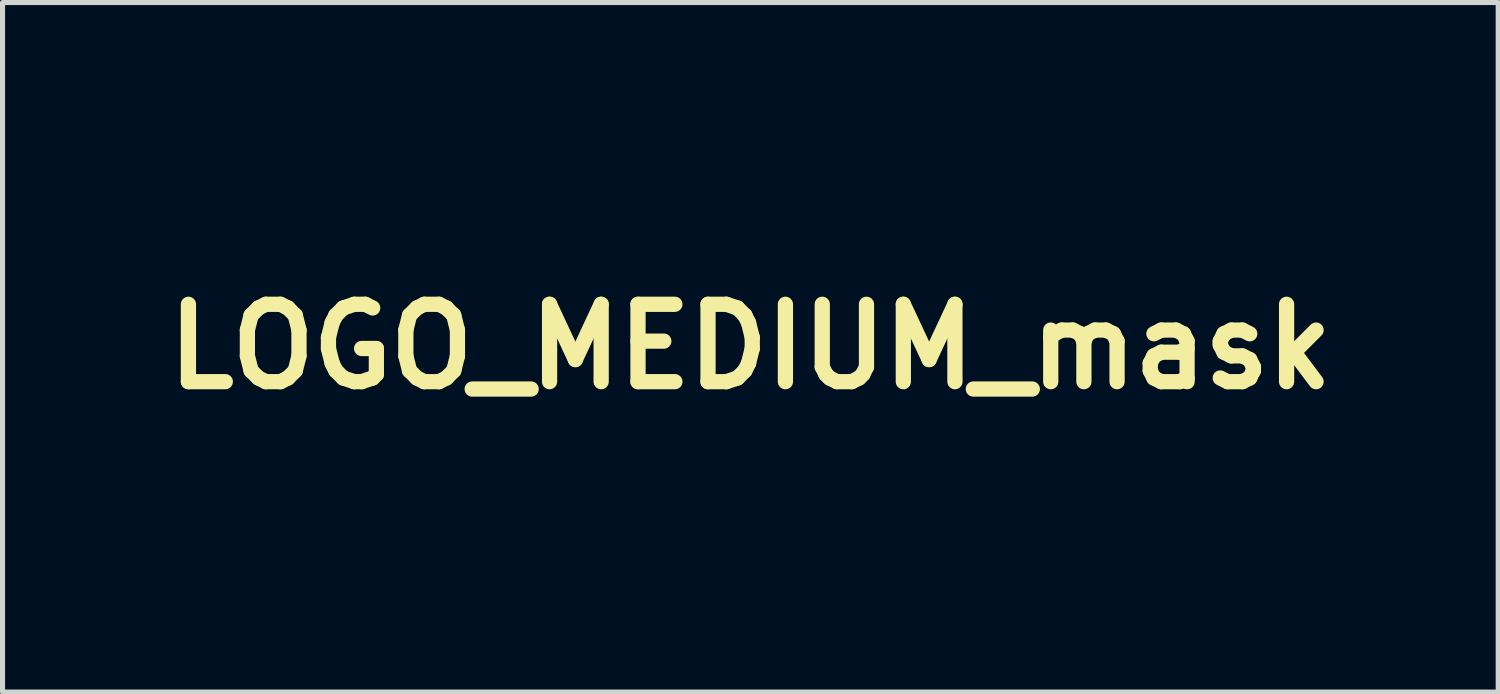
<source format=kicad_pcb>
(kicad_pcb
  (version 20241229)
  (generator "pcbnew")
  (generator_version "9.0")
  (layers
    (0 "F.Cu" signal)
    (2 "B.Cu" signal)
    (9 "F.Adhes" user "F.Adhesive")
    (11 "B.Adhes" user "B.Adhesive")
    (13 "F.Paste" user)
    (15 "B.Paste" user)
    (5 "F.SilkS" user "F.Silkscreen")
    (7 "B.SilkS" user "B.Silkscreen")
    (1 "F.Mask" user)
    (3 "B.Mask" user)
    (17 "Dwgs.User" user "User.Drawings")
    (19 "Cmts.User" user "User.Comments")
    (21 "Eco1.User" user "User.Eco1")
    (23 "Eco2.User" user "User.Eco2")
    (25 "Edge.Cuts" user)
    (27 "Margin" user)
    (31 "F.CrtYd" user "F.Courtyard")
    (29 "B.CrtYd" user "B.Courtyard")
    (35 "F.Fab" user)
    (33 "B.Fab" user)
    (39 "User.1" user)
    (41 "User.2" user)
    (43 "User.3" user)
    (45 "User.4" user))
  (footprint "LOGO_MEDIUM_mask"
    (layer "F.Cu")
    (at 11.728 3.777)
    (property "Reference" "LOGO_MEDIUM_mask" (at 0 0 0) (layer "F.SilkS") (effects (font (size 1.524 1.524) (thickness 0.3))))
    (attr through_hole)
    (fp_poly (pts (xy 3.868 -3.76) (xy 3.924 -3.727) (xy 3.967 -3.673) (xy 3.991 -3.613) (xy 4.009 -3.55) (xy 3.86 -3.01) (xy 3.831 -2.904) (xy 3.796 -2.776) (xy 3.756 -2.632) (xy 3.712 -2.474) (xy 3.666 -2.307) (xy 3.618 -2.134) (xy 3.57 -1.958) (xy 3.521 -1.784) (xy 3.475 -1.614) (xy 3.457 -1.549) (xy 3.411 -1.384) (xy 3.36 -1.198) (xy 3.304 -0.997) (xy 3.245 -0.784) (xy 3.185 -0.564) (xy 3.123 -0.342) (xy 3.062 -0.122) (xy 3.003 0.092) (xy 2.947 0.295) (xy 2.903 0.457) (xy 2.858 0.619) (xy 2.815 0.774) (xy 2.773 0.921) (xy 2.735 1.057) (xy 2.699 1.181) (xy 2.667 1.292) (xy 2.639 1.387) (xy 2.616 1.465) (xy 2.598 1.523) (xy 2.586 1.56) (xy 2.58 1.574) (xy 2.547 1.605) (xy 2.499 1.634) (xy 2.448 1.655) (xy 2.406 1.663) (xy 2.388 1.659) (xy 2.348 1.646) (xy 2.289 1.624) (xy 2.213 1.596) (xy 2.123 1.562) (xy 2.02 1.523) (xy 1.908 1.479) (xy 1.788 1.431) (xy 1.702 1.397) (xy 1.579 1.348) (xy 1.464 1.302) (xy 1.357 1.26) (xy 1.263 1.222) (xy 1.181 1.19) (xy 1.116 1.165) (xy 1.068 1.147) (xy 1.04 1.136) (xy 1.033 1.134) (xy 1.036 1.147) (xy 1.044 1.181) (xy 1.057 1.234) (xy 1.075 1.303) (xy 1.097 1.384) (xy 1.121 1.476) (xy 1.138 1.537) (xy 1.169 1.655) (xy 1.204 1.784) (xy 1.24 1.917) (xy 1.275 2.047) (xy 1.307 2.167) (xy 1.334 2.268) (xy 1.367 2.394) (xy 1.392 2.499) (xy 1.41 2.585) (xy 1.42 2.653) (xy 1.422 2.707) (xy 1.417 2.749) (xy 1.405 2.782) (xy 1.385 2.807) (xy 1.358 2.827) (xy 1.346 2.834) (xy 1.34 2.836) (xy 1.331 2.839) (xy 1.316 2.843) (xy 1.297 2.848) (xy 1.271 2.854) (xy 1.238 2.861) (xy 1.198 2.869) (xy 1.15 2.879) (xy 1.093 2.891) (xy 1.025 2.904) (xy 0.948 2.919) (xy 0.859 2.936) (xy 0.758 2.955) (xy 0.645 2.977) (xy 0.518 3.001) (xy 0.377 3.027) (xy 0.221 3.056) (xy 0.05 3.089) (xy -0.138 3.124) (xy -0.342 3.162) (xy -0.565 3.203) (xy -0.806 3.248) (xy -1.066 3.296) (xy -1.346 3.348) (xy -1.647 3.404) (xy -1.969 3.464) (xy -2.314 3.528) (xy -2.681 3.596) (xy -3.072 3.669) (xy -3.429 3.735) (xy -3.521 3.751) (xy -3.607 3.766) (xy -3.684 3.779) (xy -3.747 3.789) (xy -3.793 3.795) (xy -3.816 3.797) (xy -3.863 3.79) (xy -3.91 3.772) (xy -3.914 3.77) (xy -3.96 3.731) (xy -3.984 3.683) (xy -3.988 3.646) (xy -3.985 3.623) (xy -3.976 3.579) (xy -3.962 3.521) (xy -3.945 3.451) (xy -3.925 3.377) (xy -3.922 3.365) (xy -3.449 3.365) (xy -3.434 3.363) (xy -3.397 3.356) (xy -3.34 3.346) (xy -3.265 3.332) (xy -3.175 3.316) (xy -3.071 3.297) (xy -2.957 3.276) (xy -2.834 3.253) (xy -2.788 3.244) (xy -2.583 3.206) (xy -2.372 3.166) (xy -2.158 3.126) (xy -1.942 3.086) (xy -1.726 3.046) (xy -1.511 3.006) (xy -1.3 2.966) (xy -1.093 2.927) (xy -0.892 2.89) (xy -0.7 2.854) (xy -0.517 2.82) (xy -0.345 2.788) (xy -0.185 2.758) (xy -0.041 2.731) (xy 0.088 2.707) (xy 0.199 2.687) (xy 0.291 2.67) (xy 0.362 2.657) (xy 0.41 2.648) (xy 0.425 2.645) (xy 0.477 2.635) (xy 0.519 2.626) (xy 0.544 2.619) (xy 0.549 2.616) (xy 0.54 2.611) (xy 0.508 2.596) (xy 0.457 2.574) (xy 0.387 2.545) (xy 0.302 2.51) (xy 0.202 2.47) (xy 0.091 2.425) (xy -0.031 2.376) (xy -0.161 2.325) (xy -0.225 2.299) (xy -0.372 2.242) (xy -0.521 2.183) (xy -0.67 2.124) (xy -0.814 2.067) (xy -0.952 2.013) (xy -1.078 1.963) (xy -1.192 1.919) (xy -1.287 1.881) (xy -1.362 1.851) (xy -1.451 1.817) (xy -1.534 1.785) (xy -1.606 1.758) (xy -1.664 1.737) (xy -1.707 1.723) (xy -1.73 1.717) (xy -1.732 1.717) (xy -1.744 1.726) (xy -1.773 1.752) (xy -1.817 1.792) (xy -1.875 1.846) (xy -1.946 1.913) (xy -2.028 1.991) (xy -2.12 2.079) (xy -2.221 2.175) (xy -2.329 2.278) (xy -2.442 2.387) (xy -2.503 2.445) (xy -2.621 2.559) (xy -2.737 2.67) (xy -2.847 2.776) (xy -2.951 2.876) (xy -3.047 2.968) (xy -3.134 3.051) (xy -3.209 3.124) (xy -3.271 3.183) (xy -3.319 3.229) (xy -3.351 3.259) (xy -3.358 3.266) (xy -3.398 3.305) (xy -3.428 3.337) (xy -3.446 3.358) (xy -3.449 3.365) (xy -3.922 3.365) (xy -3.912 3.326) (xy -3.899 3.277) (xy -3.49 3.277) (xy -3.348 3.14) (xy -3.315 3.109) (xy -3.267 3.062) (xy -3.203 3.001) (xy -3.126 2.928) (xy -3.039 2.844) (xy -2.941 2.75) (xy -2.837 2.65) (xy -2.726 2.543) (xy -2.612 2.433) (xy -2.495 2.321) (xy -2.493 2.319) (xy -2.357 2.189) (xy -2.239 2.075) (xy -2.137 1.977) (xy -2.051 1.893) (xy -1.979 1.822) (xy -1.921 1.763) (xy -1.874 1.716) (xy -1.839 1.679) (xy -1.815 1.652) (xy -1.799 1.632) (xy -1.792 1.62) (xy -1.791 1.614) (xy -1.798 1.597) (xy -1.809 1.558) (xy -1.825 1.502) (xy -1.842 1.437) (xy -1.425 1.437) (xy -1.412 1.443) (xy -1.377 1.458) (xy -1.323 1.48) (xy -1.25 1.509) (xy -1.162 1.545) (xy -1.059 1.586) (xy -0.944 1.632) (xy -0.818 1.682) (xy -0.685 1.734) (xy -0.572 1.779) (xy -0.421 1.839) (xy -0.269 1.899) (xy -0.117 1.958) (xy 0.029 2.016) (xy 0.169 2.071) (xy 0.298 2.123) (xy 0.413 2.168) (xy 0.512 2.208) (xy 0.592 2.239) (xy 0.616 2.249) (xy 0.704 2.284) (xy 0.784 2.315) (xy 0.854 2.343) (xy 0.909 2.364) (xy 0.949 2.379) (xy 0.968 2.386) (xy 0.969 2.387) (xy 0.975 2.378) (xy 0.973 2.365) (xy 0.968 2.349) (xy 0.958 2.311) (xy 0.941 2.253) (xy 0.92 2.177) (xy 0.895 2.086) (xy 0.866 1.981) (xy 0.834 1.866) (xy 0.8 1.742) (xy 0.774 1.651) (xy 0.739 1.523) (xy 0.705 1.402) (xy 0.674 1.291) (xy 0.646 1.192) (xy 0.621 1.107) (xy 0.601 1.038) (xy 0.586 0.987) (xy 0.577 0.958) (xy 0.574 0.95) (xy 0.561 0.944) (xy 0.527 0.93) (xy 0.476 0.909) (xy 0.41 0.882) (xy 0.331 0.851) (xy 0.244 0.816) (xy 0.151 0.779) (xy 0.055 0.741) (xy -0.042 0.703) (xy -0.135 0.667) (xy -0.223 0.632) (xy -0.302 0.601) (xy -0.37 0.575) (xy -0.423 0.555) (xy -0.458 0.542) (xy -0.472 0.537) (xy -0.485 0.542) (xy -0.511 0.562) (xy -0.552 0.597) (xy -0.609 0.647) (xy -0.681 0.712) (xy -0.769 0.795) (xy -0.874 0.894) (xy -0.964 0.98) (xy -1.055 1.067) (xy -1.14 1.148) (xy -1.216 1.223) (xy -1.284 1.29) (xy -1.34 1.346) (xy -1.383 1.39) (xy -1.412 1.421) (xy -1.425 1.436) (xy -1.425 1.437) (xy -1.842 1.437) (xy -1.844 1.432) (xy -1.865 1.351) (xy -1.886 1.27) (xy -1.906 1.191) (xy -1.932 1.091) (xy -1.961 0.975) (xy -1.994 0.847) (xy -2.029 0.71) (xy -2.066 0.569) (xy -2.102 0.429) (xy -2.134 0.305) (xy -2.167 0.174) (xy -2.2 0.045) (xy -2.232 -0.079) (xy -2.262 -0.196) (xy -2.289 -0.301) (xy -2.312 -0.391) (xy -2.331 -0.464) (xy -2.344 -0.516) (xy -2.345 -0.521) (xy -2.362 -0.586) (xy -2.377 -0.642) (xy -2.389 -0.685) (xy -2.397 -0.71) (xy -2.399 -0.714) (xy -2.404 -0.703) (xy -2.414 -0.669) (xy -2.43 -0.613) (xy -2.452 -0.536) (xy -2.479 -0.44) (xy -2.511 -0.326) (xy -2.547 -0.196) (xy -2.587 -0.05) (xy -2.631 0.11) (xy -2.678 0.283) (xy -2.729 0.467) (xy -2.782 0.661) (xy -2.837 0.864) (xy -2.894 1.075) (xy -2.92 1.172) (xy -2.979 1.387) (xy -3.035 1.597) (xy -3.09 1.8) (xy -3.143 1.995) (xy -3.193 2.18) (xy -3.24 2.353) (xy -3.283 2.514) (xy -3.323 2.661) (xy -3.359 2.792) (xy -3.39 2.906) (xy -3.416 3.002) (xy -3.436 3.079) (xy -3.451 3.134) (xy -3.46 3.166) (xy -3.462 3.172) (xy -3.49 3.277) (xy -3.899 3.277) (xy -3.892 3.253) (xy -3.867 3.16) (xy -3.838 3.051) (xy -3.805 2.928) (xy -3.768 2.792) (xy -3.73 2.648) (xy -3.689 2.498) (xy -3.648 2.343) (xy -3.613 2.216) (xy -3.572 2.064) (xy -3.526 1.89) (xy -3.474 1.699) (xy -3.419 1.495) (xy -3.362 1.28) (xy -3.302 1.059) (xy -3.242 0.835) (xy -3.182 0.612) (xy -3.124 0.394) (xy -3.067 0.183) (xy -3.021 0.013) (xy -2.974 -0.164) (xy -2.928 -0.336) (xy -2.883 -0.5) (xy -2.842 -0.656) (xy -2.803 -0.8) (xy -2.767 -0.932) (xy -2.736 -1.05) (xy -2.712 -1.139) (xy -2.129 -1.139) (xy -2.127 -1.126) (xy -2.12 -1.092) (xy -2.107 -1.041) (xy -2.091 -0.977) (xy -2.072 -0.902) (xy -2.064 -0.869) (xy -2.033 -0.751) (xy -1.998 -0.611) (xy -1.958 -0.456) (xy -1.915 -0.287) (xy -1.87 -0.111) (xy -1.824 0.07) (xy -1.778 0.251) (xy -1.733 0.428) (xy -1.69 0.597) (xy -1.651 0.754) (xy -1.615 0.895) (xy -1.597 0.968) (xy -1.572 1.067) (xy -1.549 1.157) (xy -1.529 1.236) (xy -1.512 1.301) (xy -1.499 1.349) (xy -1.491 1.378) (xy -1.488 1.384) (xy -1.478 1.376) (xy -1.452 1.352) (xy -1.411 1.313) (xy -1.357 1.263) (xy -1.293 1.201) (xy -1.219 1.131) (xy -1.138 1.054) (xy -1.069 0.989) (xy -0.956 0.881) (xy -0.859 0.789) (xy -0.778 0.712) (xy -0.712 0.648) (xy -0.658 0.597) (xy -0.617 0.556) (xy -0.585 0.525) (xy -0.563 0.501) (xy -0.548 0.485) (xy -0.539 0.474) (xy -0.536 0.467) (xy -0.536 0.462) (xy -0.538 0.459) (xy -0.542 0.456) (xy -0.542 0.455) (xy -0.549 0.439) (xy -0.561 0.402) (xy -0.579 0.346) (xy -0.599 0.279) (xy -0.157 0.279) (xy -0.145 0.285) (xy -0.112 0.298) (xy -0.063 0.318) (xy -0.002 0.342) (xy 0.067 0.369) (xy 0.14 0.398) (xy 0.215 0.427) (xy 0.285 0.454) (xy 0.349 0.479) (xy 0.402 0.499) (xy 0.44 0.513) (xy 0.459 0.519) (xy 0.46 0.519) (xy 0.462 0.509) (xy 0.456 0.482) (xy 0.45 0.46) (xy 0.442 0.43) (xy 0.427 0.38) (xy 0.408 0.315) (xy 0.386 0.239) (xy 0.362 0.157) (xy 0.354 0.127) (xy 0.331 0.048) (xy 0.31 -0.023) (xy 0.293 -0.081) (xy 0.279 -0.124) (xy 0.272 -0.148) (xy 0.27 -0.152) (xy 0.26 -0.145) (xy 0.235 -0.122) (xy 0.197 -0.086) (xy 0.149 -0.04) (xy 0.093 0.016) (xy 0.051 0.057) (xy -0.009 0.117) (xy -0.062 0.172) (xy -0.105 0.217) (xy -0.137 0.252) (xy -0.155 0.273) (xy -0.157 0.279) (xy -0.599 0.279) (xy -0.601 0.272) (xy -0.627 0.185) (xy -0.656 0.085) (xy -0.687 -0.023) (xy -0.712 -0.109) (xy -0.821 -0.493) (xy -0.438 -0.493) (xy -0.436 -0.48) (xy -0.428 -0.447) (xy -0.416 -0.397) (xy -0.4 -0.334) (xy -0.382 -0.263) (xy -0.362 -0.186) (xy -0.342 -0.109) (xy -0.323 -0.034) (xy -0.305 0.033) (xy -0.29 0.09) (xy -0.284 0.111) (xy -0.265 0.178) (xy -0.236 0.155) (xy -0.218 0.14) (xy -0.185 0.11) (xy -0.141 0.068) (xy -0.087 0.017) (xy -0.027 -0.039) (xy -0.005 -0.06) (xy 0.053 -0.116) (xy 0.104 -0.166) (xy 0.146 -0.208) (xy 0.175 -0.238) (xy 0.189 -0.255) (xy 0.19 -0.257) (xy 0.176 -0.264) (xy 0.143 -0.277) (xy 0.093 -0.296) (xy 0.032 -0.32) (xy -0.037 -0.346) (xy -0.111 -0.374) (xy -0.186 -0.402) (xy -0.22 -0.414) (xy 0.546 -0.414) (xy 0.547 -0.408) (xy 0.553 -0.392) (xy 0.565 -0.354) (xy 0.583 -0.297) (xy 0.605 -0.222) (xy 0.631 -0.134) (xy 0.66 -0.034) (xy 0.692 0.074) (xy 0.715 0.157) (xy 0.871 0.701) (xy 1.487 0.94) (xy 1.605 0.986) (xy 1.717 1.029) (xy 1.82 1.068) (xy 1.912 1.103) (xy 1.989 1.132) (xy 2.051 1.155) (xy 2.094 1.171) (xy 2.117 1.179) (xy 2.119 1.18) (xy 2.131 1.173) (xy 2.129 1.153) (xy 2.124 1.135) (xy 2.114 1.095) (xy 2.099 1.035) (xy 2.079 0.959) (xy 2.056 0.869) (xy 2.03 0.768) (xy 2.002 0.657) (xy 1.98 0.572) (xy 1.948 0.445) (xy 1.915 0.315) (xy 1.883 0.187) (xy 1.851 0.064) (xy 1.823 -0.048) (xy 1.798 -0.146) (xy 1.777 -0.225) (xy 1.772 -0.248) (xy 1.751 -0.33) (xy 1.725 -0.431) (xy 1.696 -0.545) (xy 1.665 -0.666) (xy 1.634 -0.787) (xy 1.605 -0.902) (xy 1.6 -0.921) (xy 1.575 -1.018) (xy 1.552 -1.108) (xy 1.531 -1.186) (xy 1.514 -1.251) (xy 1.501 -1.298) (xy 1.493 -1.326) (xy 1.491 -1.332) (xy 1.481 -1.326) (xy 1.456 -1.305) (xy 1.42 -1.273) (xy 1.377 -1.233) (xy 1.375 -1.231) (xy 1.34 -1.197) (xy 1.29 -1.149) (xy 1.227 -1.089) (xy 1.154 -1.02) (xy 1.074 -0.943) (xy 0.99 -0.863) (xy 0.904 -0.782) (xy 0.899 -0.777) (xy 0.805 -0.687) (xy 0.729 -0.613) (xy 0.668 -0.554) (xy 0.621 -0.507) (xy 0.587 -0.471) (xy 0.564 -0.445) (xy 0.551 -0.426) (xy 0.546 -0.414) (xy -0.22 -0.414) (xy -0.257 -0.428) (xy -0.322 -0.452) (xy -0.376 -0.471) (xy -0.415 -0.485) (xy -0.436 -0.492) (xy -0.438 -0.493) (xy -0.821 -0.493) (xy -0.867 -0.655) (xy -1.497 -0.899) (xy -1.617 -0.945) (xy -1.729 -0.988) (xy -1.832 -1.027) (xy -1.923 -1.062) (xy -2 -1.091) (xy -2.061 -1.114) (xy -2.104 -1.13) (xy -2.127 -1.138) (xy -2.129 -1.139) (xy -2.712 -1.139) (xy -2.708 -1.151) (xy -2.686 -1.235) (xy -2.668 -1.299) (xy -2.657 -1.342) (xy -2.652 -1.358) (xy -2.634 -1.415) (xy -2.614 -1.458) (xy -2.585 -1.496) (xy -2.567 -1.515) (xy -2.534 -1.547) (xy -2.509 -1.566) (xy -2.48 -1.576) (xy -2.44 -1.581) (xy -2.419 -1.583) (xy -2.33 -1.591) (xy -1.659 -1.316) (xy -1.536 -1.265) (xy -1.42 -1.218) (xy -1.313 -1.174) (xy -1.217 -1.136) (xy -1.136 -1.103) (xy -1.069 -1.077) (xy -1.021 -1.057) (xy -0.992 -1.046) (xy -0.984 -1.044) (xy -0.987 -1.057) (xy -0.995 -1.091) (xy -1.009 -1.143) (xy -1.027 -1.211) (xy -1.049 -1.291) (xy -1.073 -1.38) (xy -1.082 -1.41) (xy -1.135 -1.603) (xy -1.182 -1.773) (xy -1.223 -1.922) (xy -1.259 -2.051) (xy -1.289 -2.162) (xy -1.314 -2.257) (xy -1.336 -2.336) (xy -1.339 -2.349) (xy -0.963 -2.349) (xy -0.961 -2.337) (xy -0.957 -2.316) (xy -0.95 -2.287) (xy -0.94 -2.248) (xy -0.927 -2.197) (xy -0.91 -2.132) (xy -0.888 -2.053) (xy -0.862 -1.957) (xy -0.831 -1.843) (xy -0.794 -1.709) (xy -0.751 -1.555) (xy -0.702 -1.378) (xy -0.689 -1.329) (xy -0.577 -0.925) (xy -0.076 -0.73) (xy 0.031 -0.688) (xy 0.132 -0.648) (xy 0.222 -0.612) (xy 0.301 -0.581) (xy 0.365 -0.555) (xy 0.412 -0.536) (xy 0.439 -0.524) (xy 0.445 -0.522) (xy 0.465 -0.512) (xy 0.472 -0.512) (xy 0.483 -0.521) (xy 0.51 -0.546) (xy 0.552 -0.585) (xy 0.607 -0.637) (xy 0.673 -0.699) (xy 0.749 -0.771) (xy 0.833 -0.851) (xy 0.923 -0.936) (xy 0.953 -0.965) (xy 1.055 -1.062) (xy 1.146 -1.15) (xy 1.225 -1.228) (xy 1.292 -1.294) (xy 1.345 -1.348) (xy 1.383 -1.388) (xy 1.404 -1.412) (xy 1.408 -1.421) (xy 1.394 -1.426) (xy 1.358 -1.44) (xy 1.302 -1.462) (xy 1.227 -1.492) (xy 1.134 -1.529) (xy 1.027 -1.572) (xy 0.949 -1.603) (xy 1.799 -1.603) (xy 1.802 -1.584) (xy 1.811 -1.545) (xy 1.825 -1.49) (xy 1.842 -1.423) (xy 1.862 -1.347) (xy 1.865 -1.333) (xy 1.885 -1.26) (xy 1.903 -1.189) (xy 1.922 -1.116) (xy 1.942 -1.04) (xy 1.963 -0.958) (xy 1.987 -0.867) (xy 2.013 -0.764) (xy 2.043 -0.647) (xy 2.077 -0.514) (xy 2.117 -0.361) (xy 2.159 -0.197) (xy 2.188 -0.082) (xy 2.218 0.035) (xy 2.247 0.149) (xy 2.275 0.255) (xy 2.299 0.349) (xy 2.319 0.427) (xy 2.33 0.47) (xy 2.349 0.542) (xy 2.366 0.608) (xy 2.38 0.663) (xy 2.389 0.701) (xy 2.393 0.716) (xy 2.4 0.74) (xy 2.406 0.748) (xy 2.406 0.748) (xy 2.411 0.734) (xy 2.421 0.701) (xy 2.436 0.65) (xy 2.454 0.587) (xy 2.475 0.515) (xy 2.475 0.514) (xy 2.489 0.464) (xy 2.509 0.392) (xy 2.534 0.3) (xy 2.564 0.192) (xy 2.598 0.07) (xy 2.635 -0.065) (xy 2.674 -0.208) (xy 2.716 -0.358) (xy 2.758 -0.512) (xy 2.794 -0.641) (xy 2.837 -0.799) (xy 2.881 -0.956) (xy 2.923 -1.111) (xy 2.964 -1.259) (xy 3.003 -1.399) (xy 3.038 -1.527) (xy 3.07 -1.642) (xy 3.097 -1.739) (xy 3.118 -1.817) (xy 3.131 -1.861) (xy 3.171 -2.007) (xy 3.212 -2.154) (xy 3.252 -2.3) (xy 3.292 -2.443) (xy 3.329 -2.579) (xy 3.365 -2.708) (xy 3.397 -2.827) (xy 3.426 -2.934) (xy 3.452 -3.026) (xy 3.472 -3.102) (xy 3.488 -3.159) (xy 3.497 -3.195) (xy 3.5 -3.207) (xy 3.509 -3.245) (xy 3.472 -3.211) (xy 3.457 -3.198) (xy 3.426 -3.168) (xy 3.379 -3.123) (xy 3.317 -3.065) (xy 3.243 -2.995) (xy 3.157 -2.913) (xy 3.061 -2.822) (xy 2.956 -2.723) (xy 2.844 -2.617) (xy 2.726 -2.505) (xy 2.616 -2.401) (xy 2.475 -2.267) (xy 2.345 -2.143) (xy 2.227 -2.029) (xy 2.121 -1.928) (xy 2.029 -1.838) (xy 1.951 -1.762) (xy 1.888 -1.699) (xy 1.841 -1.652) (xy 1.811 -1.62) (xy 1.799 -1.604) (xy 1.799 -1.603) (xy 0.949 -1.603) (xy 0.905 -1.62) (xy 0.772 -1.673) (xy 0.627 -1.731) (xy 0.474 -1.792) (xy 0.313 -1.856) (xy 0.229 -1.889) (xy 0.065 -1.955) (xy -0.093 -2.017) (xy -0.242 -2.077) (xy -0.382 -2.132) (xy -0.51 -2.183) (xy -0.625 -2.229) (xy -0.726 -2.269) (xy -0.81 -2.302) (xy -0.877 -2.328) (xy -0.924 -2.347) (xy -0.949 -2.357) (xy -0.954 -2.358) (xy -0.958 -2.36) (xy -0.961 -2.359) (xy -0.962 -2.357) (xy -0.963 -2.349) (xy -1.339 -2.349) (xy -1.353 -2.402) (xy -1.367 -2.456) (xy -1.377 -2.5) (xy -1.385 -2.535) (xy -1.39 -2.563) (xy -1.394 -2.585) (xy -1.396 -2.603) (xy -1.397 -2.619) (xy -0.562 -2.619) (xy -0.555 -2.613) (xy -0.527 -2.598) (xy -0.476 -2.575) (xy -0.403 -2.543) (xy -0.308 -2.503) (xy -0.19 -2.453) (xy -0.049 -2.395) (xy 0.115 -2.328) (xy 0.302 -2.251) (xy 0.513 -2.166) (xy 0.549 -2.151) (xy 0.711 -2.086) (xy 0.866 -2.023) (xy 1.013 -1.964) (xy 1.15 -1.909) (xy 1.276 -1.858) (xy 1.389 -1.813) (xy 1.487 -1.774) (xy 1.569 -1.742) (xy 1.632 -1.717) (xy 1.676 -1.7) (xy 1.699 -1.691) (xy 1.702 -1.691) (xy 1.714 -1.699) (xy 1.742 -1.724) (xy 1.786 -1.764) (xy 1.845 -1.819) (xy 1.916 -1.886) (xy 1.999 -1.965) (xy 2.093 -2.055) (xy 2.195 -2.153) (xy 2.306 -2.26) (xy 2.423 -2.373) (xy 2.545 -2.492) (xy 2.581 -2.527) (xy 2.704 -2.647) (xy 2.822 -2.762) (xy 2.933 -2.871) (xy 3.036 -2.972) (xy 3.129 -3.064) (xy 3.213 -3.147) (xy 3.284 -3.217) (xy 3.343 -3.276) (xy 3.387 -3.321) (xy 3.416 -3.351) (xy 3.429 -3.365) (xy 3.429 -3.365) (xy 3.414 -3.363) (xy 3.377 -3.357) (xy 3.321 -3.347) (xy 3.247 -3.333) (xy 3.16 -3.317) (xy 3.061 -3.299) (xy 2.953 -3.279) (xy 2.912 -3.271) (xy 2.784 -3.247) (xy 2.637 -3.219) (xy 2.478 -3.19) (xy 2.312 -3.159) (xy 2.147 -3.128) (xy 1.988 -3.098) (xy 1.842 -3.071) (xy 1.822 -3.067) (xy 1.685 -3.041) (xy 1.529 -3.012) (xy 1.359 -2.981) (xy 1.182 -2.947) (xy 1.004 -2.914) (xy 0.83 -2.882) (xy 0.666 -2.851) (xy 0.565 -2.832) (xy 0.429 -2.807) (xy 0.294 -2.782) (xy 0.163 -2.757) (xy 0.039 -2.734) (xy -0.073 -2.713) (xy -0.172 -2.695) (xy -0.253 -2.68) (xy -0.314 -2.669) (xy -0.324 -2.667) (xy -0.396 -2.654) (xy -0.461 -2.641) (xy -0.513 -2.63) (xy -0.549 -2.623) (xy -0.562 -2.619) (xy -1.397 -2.619) (xy -1.397 -2.619) (xy -1.397 -2.633) (xy -1.388 -2.709) (xy -1.362 -2.768) (xy -1.317 -2.812) (xy -1.315 -2.814) (xy -1.292 -2.823) (xy -1.249 -2.835) (xy -1.191 -2.85) (xy -1.121 -2.865) (xy -1.057 -2.877) (xy -1 -2.888) (xy -0.936 -2.9) (xy -0.865 -2.913) (xy -0.784 -2.928) (xy -0.692 -2.946) (xy -0.589 -2.965) (xy -0.473 -2.986) (xy -0.343 -3.011) (xy -0.197 -3.038) (xy -0.035 -3.068) (xy 0.145 -3.101) (xy 0.344 -3.138) (xy 0.563 -3.179) (xy 0.804 -3.224) (xy 1.068 -3.273) (xy 1.295 -3.315) (xy 1.486 -3.35) (xy 1.681 -3.386) (xy 1.877 -3.423) (xy 2.072 -3.459) (xy 2.263 -3.495) (xy 2.447 -3.529) (xy 2.62 -3.561) (xy 2.78 -3.591) (xy 2.923 -3.618) (xy 3.048 -3.641) (xy 3.143 -3.658) (xy 3.265 -3.681) (xy 3.382 -3.702) (xy 3.489 -3.721) (xy 3.585 -3.738) (xy 3.667 -3.752) (xy 3.731 -3.763) (xy 3.777 -3.769) (xy 3.8 -3.772) (xy 3.8 -3.772) (xy 3.868 -3.76)) (stroke (width 0.01) (type solid)) (fill yes) (layer "F.Mask")))
  (gr_rect
    (start -3 -3)
    (end 26.455 10.579)
    (stroke (width 0.1) (type default))
    (fill no)
    (layer "Edge.Cuts")))
</source>
